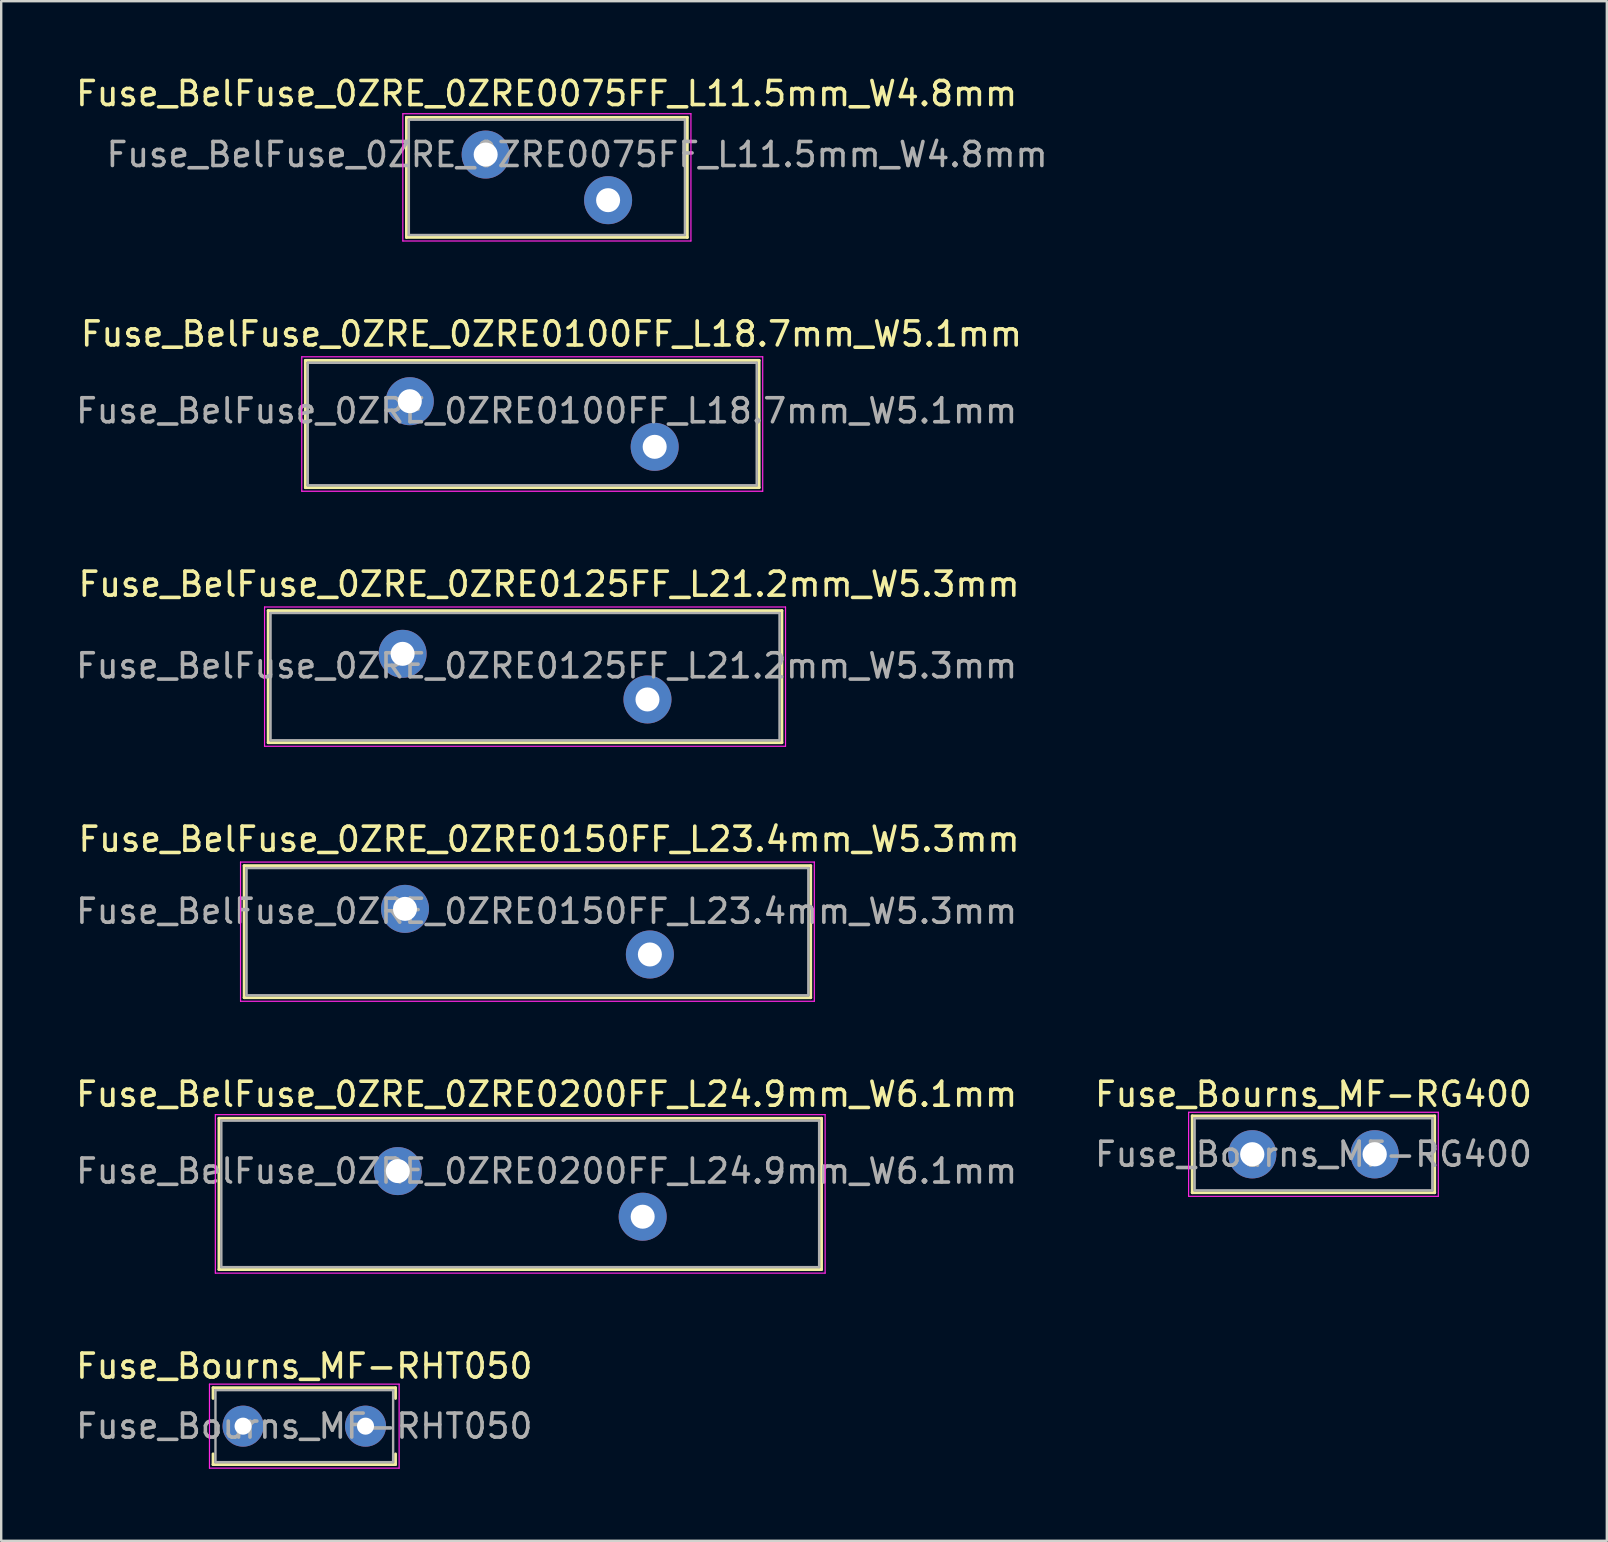
<source format=kicad_pcb>
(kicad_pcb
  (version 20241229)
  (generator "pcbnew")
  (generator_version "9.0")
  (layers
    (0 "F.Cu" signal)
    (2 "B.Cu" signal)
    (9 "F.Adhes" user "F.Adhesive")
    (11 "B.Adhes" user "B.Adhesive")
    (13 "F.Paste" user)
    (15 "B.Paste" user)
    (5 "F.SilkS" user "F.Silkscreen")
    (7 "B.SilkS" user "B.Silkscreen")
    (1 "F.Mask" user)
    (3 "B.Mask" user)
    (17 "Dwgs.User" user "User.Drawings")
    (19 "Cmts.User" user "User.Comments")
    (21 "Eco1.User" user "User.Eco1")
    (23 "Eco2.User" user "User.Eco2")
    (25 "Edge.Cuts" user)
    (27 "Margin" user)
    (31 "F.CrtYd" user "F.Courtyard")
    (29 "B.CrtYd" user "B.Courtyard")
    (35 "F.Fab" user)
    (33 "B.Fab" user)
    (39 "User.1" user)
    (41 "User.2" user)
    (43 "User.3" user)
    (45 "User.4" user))
  (footprint "Fuse_BelFuse_0ZRE_0ZRE0125FF_L21.2mm_W5.3mm"
    (layer "F.Cu")
    (at 13.72 24.185)
    (property "Reference" "Fuse_BelFuse_0ZRE_0ZRE0125FF_L21.2mm_W5.3mm" (at 6.1 -2.9 0) (layer "F.SilkS") (effects (font (size 1 1) (thickness 0.15))))
    (attr through_hole)
    (fp_line (start -5.6 -1.8) (end -5.6 3.7) (stroke (width 0.12) (type solid)) (layer "F.SilkS"))
    (fp_line (start -5.6 -1.8) (end 15.8 -1.8) (stroke (width 0.12) (type solid)) (layer "F.SilkS"))
    (fp_line (start -5.6 3.7) (end 15.8 3.7) (stroke (width 0.12) (type solid)) (layer "F.SilkS"))
    (fp_line (start 15.8 -1.8) (end 15.8 3.7) (stroke (width 0.12) (type solid)) (layer "F.SilkS"))
    (fp_line (start -5.75 -1.95) (end -5.75 3.85) (stroke (width 0.05) (type solid)) (layer "F.CrtYd"))
    (fp_line (start -5.75 -1.95) (end 15.95 -1.95) (stroke (width 0.05) (type solid)) (layer "F.CrtYd"))
    (fp_line (start -5.75 3.85) (end 15.95 3.85) (stroke (width 0.05) (type solid)) (layer "F.CrtYd"))
    (fp_line (start 15.95 -1.95) (end 15.95 3.85) (stroke (width 0.05) (type solid)) (layer "F.CrtYd"))
    (fp_line (start -5.5 -1.7) (end -5.5 3.6) (stroke (width 0.1) (type solid)) (layer "F.Fab"))
    (fp_line (start -5.5 -1.7) (end 15.7 -1.7) (stroke (width 0.1) (type solid)) (layer "F.Fab"))
    (fp_line (start -5.5 3.6) (end 15.7 3.6) (stroke (width 0.1) (type solid)) (layer "F.Fab"))
    (fp_line (start 15.7 -1.7) (end 15.7 3.6) (stroke (width 0.1) (type solid)) (layer "F.Fab"))
    (fp_text user "${REFERENCE}" (at 6 0.5 0) (layer "F.Fab") (effects (font (size 1 1) (thickness 0.15))))
    (pad "1" thru_hole circle (at 0 0) (size 2 2) (drill 1) (layers "*.Cu" "*.Mask"))
    (pad "2" thru_hole circle (at 10.2 1.9) (size 2 2) (drill 1) (layers "*.Cu" "*.Mask")))
  (footprint "Fuse_BelFuse_0ZRE_0ZRE0200FF_L24.9mm_W6.1mm"
    (layer "F.Cu")
    (at 13.52 45.731)
    (property "Reference" "Fuse_BelFuse_0ZRE_0ZRE0200FF_L24.9mm_W6.1mm" (at 6.2 -3.2 0) (layer "F.SilkS") (effects (font (size 1 1) (thickness 0.15))))
    (attr through_hole)
    (fp_line (start -7.45 -2.2) (end -7.45 4.1) (stroke (width 0.12) (type solid)) (layer "F.SilkS"))
    (fp_line (start -7.45 -2.2) (end 17.65 -2.2) (stroke (width 0.12) (type solid)) (layer "F.SilkS"))
    (fp_line (start -7.45 4.1) (end 17.65 4.1) (stroke (width 0.12) (type solid)) (layer "F.SilkS"))
    (fp_line (start 17.65 -2.2) (end 17.65 4.1) (stroke (width 0.12) (type solid)) (layer "F.SilkS"))
    (fp_line (start -7.6 -2.35) (end -7.6 4.25) (stroke (width 0.05) (type solid)) (layer "F.CrtYd"))
    (fp_line (start -7.6 -2.35) (end 17.8 -2.35) (stroke (width 0.05) (type solid)) (layer "F.CrtYd"))
    (fp_line (start -7.6 4.25) (end 17.8 4.25) (stroke (width 0.05) (type solid)) (layer "F.CrtYd"))
    (fp_line (start 17.8 -2.35) (end 17.8 4.25) (stroke (width 0.05) (type solid)) (layer "F.CrtYd"))
    (fp_line (start -7.35 -2.1) (end -7.35 4) (stroke (width 0.1) (type solid)) (layer "F.Fab"))
    (fp_line (start -7.35 -2.1) (end 17.55 -2.1) (stroke (width 0.1) (type solid)) (layer "F.Fab"))
    (fp_line (start -7.35 4) (end 17.55 4) (stroke (width 0.1) (type solid)) (layer "F.Fab"))
    (fp_line (start 17.55 -2.1) (end 17.55 4) (stroke (width 0.1) (type solid)) (layer "F.Fab"))
    (fp_text user "${REFERENCE}" (at 6.2 0 0) (layer "F.Fab") (effects (font (size 1 1) (thickness 0.15))))
    (pad "1" thru_hole circle (at 0 0) (size 2 2) (drill 1) (layers "*.Cu" "*.Mask"))
    (pad "2" thru_hole circle (at 10.2 1.9) (size 2 2) (drill 1) (layers "*.Cu" "*.Mask")))
  (footprint "Fuse_Bourns_MF-RHT050"
    (layer "F.Cu")
    (at 7.075 56.355)
    (property "Reference" "Fuse_Bourns_MF-RHT050" (at 2.55 -2.5 0) (layer "F.SilkS") (effects (font (size 1 1) (thickness 0.15))))
    (attr through_hole)
    (fp_line (start -1.25 -1.6) (end 6.35 -1.6) (stroke (width 0.12) (type solid)) (layer "F.SilkS"))
    (fp_line (start -1.25 -1.155) (end -1.25 -1.6) (stroke (width 0.12) (type solid)) (layer "F.SilkS"))
    (fp_line (start -1.25 1.155) (end -1.25 1.6) (stroke (width 0.12) (type solid)) (layer "F.SilkS"))
    (fp_line (start -1.25 1.6) (end 6.35 1.6) (stroke (width 0.12) (type solid)) (layer "F.SilkS"))
    (fp_line (start 6.35 -1.6) (end 6.35 -1.155) (stroke (width 0.12) (type solid)) (layer "F.SilkS"))
    (fp_line (start 6.35 1.6) (end 6.35 1.155) (stroke (width 0.12) (type solid)) (layer "F.SilkS"))
    (fp_line (start -1.4 -1.75) (end -1.4 1.75) (stroke (width 0.05) (type solid)) (layer "F.CrtYd"))
    (fp_line (start -1.4 1.75) (end 6.5 1.75) (stroke (width 0.05) (type solid)) (layer "F.CrtYd"))
    (fp_line (start 6.5 -1.75) (end -1.4 -1.75) (stroke (width 0.05) (type solid)) (layer "F.CrtYd"))
    (fp_line (start 6.5 1.75) (end 6.5 -1.75) (stroke (width 0.05) (type solid)) (layer "F.CrtYd"))
    (fp_line (start -1.15 -1.5) (end -1.15 1.5) (stroke (width 0.1) (type solid)) (layer "F.Fab"))
    (fp_line (start -1.15 1.5) (end 6.25 1.5) (stroke (width 0.1) (type solid)) (layer "F.Fab"))
    (fp_line (start 6.25 -1.5) (end -1.15 -1.5) (stroke (width 0.1) (type solid)) (layer "F.Fab"))
    (fp_line (start 6.25 1.5) (end 6.25 -1.5) (stroke (width 0.1) (type solid)) (layer "F.Fab"))
    (fp_text user "${REFERENCE}" (at 2.55 0 0) (layer "F.Fab") (effects (font (size 1 1) (thickness 0.15))))
    (pad "1" thru_hole circle (at 0 0) (size 1.71 1.71) (drill 0.71) (layers "*.Cu" "*.Mask"))
    (pad "2" thru_hole circle (at 5.1 0) (size 1.71 1.71) (drill 0.71) (layers "*.Cu" "*.Mask")))
  (footprint "Fuse_BelFuse_0ZRE_0ZRE0075FF_L11.5mm_W4.8mm"
    (layer "F.Cu")
    (at 17.18 3.388)
    (property "Reference" "Fuse_BelFuse_0ZRE_0ZRE0075FF_L11.5mm_W4.8mm" (at 2.54 -2.54 0) (layer "F.SilkS") (effects (font (size 1 1) (thickness 0.15))))
    (attr through_hole)
    (fp_line (start -3.3 -1.55) (end -3.3 3.45) (stroke (width 0.12) (type solid)) (layer "F.SilkS"))
    (fp_line (start -3.3 -1.55) (end 8.4 -1.55) (stroke (width 0.12) (type solid)) (layer "F.SilkS"))
    (fp_line (start -3.3 3.45) (end 8.4 3.45) (stroke (width 0.12) (type solid)) (layer "F.SilkS"))
    (fp_line (start 8.4 -1.55) (end 8.4 3.45) (stroke (width 0.12) (type solid)) (layer "F.SilkS"))
    (fp_line (start -3.45 -1.7) (end -3.45 3.6) (stroke (width 0.05) (type solid)) (layer "F.CrtYd"))
    (fp_line (start -3.45 -1.7) (end 8.55 -1.7) (stroke (width 0.05) (type solid)) (layer "F.CrtYd"))
    (fp_line (start -3.45 3.6) (end 8.55 3.6) (stroke (width 0.05) (type solid)) (layer "F.CrtYd"))
    (fp_line (start 8.55 -1.7) (end 8.55 3.6) (stroke (width 0.05) (type solid)) (layer "F.CrtYd"))
    (fp_line (start -3.2 -1.45) (end -3.2 3.35) (stroke (width 0.1) (type solid)) (layer "F.Fab"))
    (fp_line (start -3.2 -1.45) (end 8.3 -1.45) (stroke (width 0.1) (type solid)) (layer "F.Fab"))
    (fp_line (start -3.2 3.35) (end 8.3 3.35) (stroke (width 0.1) (type solid)) (layer "F.Fab"))
    (fp_line (start 8.3 -1.45) (end 8.3 3.35) (stroke (width 0.1) (type solid)) (layer "F.Fab"))
    (fp_text user "${REFERENCE}" (at 3.81 0 0) (layer "F.Fab") (effects (font (size 1 1) (thickness 0.15))))
    (pad "1" thru_hole circle (at 0 0) (size 2 2) (drill 1) (layers "*.Cu" "*.Mask"))
    (pad "2" thru_hole circle (at 5.1 1.9) (size 2 2) (drill 1) (layers "*.Cu" "*.Mask")))
  (footprint "Fuse_BelFuse_0ZRE_0ZRE0150FF_L23.4mm_W5.3mm"
    (layer "F.Cu")
    (at 13.82 34.808)
    (property "Reference" "Fuse_BelFuse_0ZRE_0ZRE0150FF_L23.4mm_W5.3mm" (at 6 -2.9 0) (layer "F.SilkS") (effects (font (size 1 1) (thickness 0.15))))
    (attr through_hole)
    (fp_line (start -6.7 -1.8) (end -6.7 3.7) (stroke (width 0.12) (type solid)) (layer "F.SilkS"))
    (fp_line (start -6.7 -1.8) (end 16.9 -1.8) (stroke (width 0.12) (type solid)) (layer "F.SilkS"))
    (fp_line (start -6.7 3.7) (end 16.9 3.7) (stroke (width 0.12) (type solid)) (layer "F.SilkS"))
    (fp_line (start 16.9 -1.8) (end 16.9 3.7) (stroke (width 0.12) (type solid)) (layer "F.SilkS"))
    (fp_line (start -6.85 -1.95) (end -6.85 3.85) (stroke (width 0.05) (type solid)) (layer "F.CrtYd"))
    (fp_line (start -6.85 -1.95) (end 17.05 -1.95) (stroke (width 0.05) (type solid)) (layer "F.CrtYd"))
    (fp_line (start -6.85 3.85) (end 17.05 3.85) (stroke (width 0.05) (type solid)) (layer "F.CrtYd"))
    (fp_line (start 17.05 -1.95) (end 17.05 3.85) (stroke (width 0.05) (type solid)) (layer "F.CrtYd"))
    (fp_line (start -6.6 -1.7) (end -6.6 3.6) (stroke (width 0.1) (type solid)) (layer "F.Fab"))
    (fp_line (start -6.6 -1.7) (end 16.8 -1.7) (stroke (width 0.1) (type solid)) (layer "F.Fab"))
    (fp_line (start -6.6 3.6) (end 16.8 3.6) (stroke (width 0.1) (type solid)) (layer "F.Fab"))
    (fp_line (start 16.8 -1.7) (end 16.8 3.6) (stroke (width 0.1) (type solid)) (layer "F.Fab"))
    (fp_text user "${REFERENCE}" (at 5.9 0.1 0) (layer "F.Fab") (effects (font (size 1 1) (thickness 0.15))))
    (pad "1" thru_hole circle (at 0 0) (size 2 2) (drill 1) (layers "*.Cu" "*.Mask"))
    (pad "2" thru_hole circle (at 10.2 1.9) (size 2 2) (drill 1) (layers "*.Cu" "*.Mask")))
  (footprint "Fuse_Bourns_MF-RG400"
    (layer "F.Cu")
    (at 49.111 45.031)
    (property "Reference" "Fuse_Bourns_MF-RG400" (at 2.55 -2.5 0) (layer "F.SilkS") (effects (font (size 1 1) (thickness 0.15))))
    (attr through_hole)
    (fp_line (start -2.5 -1.6) (end -2.5 1.6) (stroke (width 0.12) (type solid)) (layer "F.SilkS"))
    (fp_line (start -2.5 1.6) (end 7.6 1.6) (stroke (width 0.12) (type solid)) (layer "F.SilkS"))
    (fp_line (start 7.6 -1.6) (end -2.5 -1.6) (stroke (width 0.12) (type solid)) (layer "F.SilkS"))
    (fp_line (start 7.6 1.6) (end 7.6 -1.6) (stroke (width 0.12) (type solid)) (layer "F.SilkS"))
    (fp_line (start -2.65 -1.75) (end -2.65 1.75) (stroke (width 0.05) (type solid)) (layer "F.CrtYd"))
    (fp_line (start -2.65 1.75) (end 7.75 1.75) (stroke (width 0.05) (type solid)) (layer "F.CrtYd"))
    (fp_line (start 7.75 -1.75) (end -2.65 -1.75) (stroke (width 0.05) (type solid)) (layer "F.CrtYd"))
    (fp_line (start 7.75 1.75) (end 7.75 -1.75) (stroke (width 0.05) (type solid)) (layer "F.CrtYd"))
    (fp_line (start -2.4 -1.5) (end -2.4 1.5) (stroke (width 0.1) (type solid)) (layer "F.Fab"))
    (fp_line (start -2.4 1.5) (end 7.5 1.5) (stroke (width 0.1) (type solid)) (layer "F.Fab"))
    (fp_line (start 7.5 -1.5) (end -2.4 -1.5) (stroke (width 0.1) (type solid)) (layer "F.Fab"))
    (fp_line (start 7.5 1.5) (end 7.5 -1.5) (stroke (width 0.1) (type solid)) (layer "F.Fab"))
    (fp_text user "${REFERENCE}" (at 2.55 0 0) (layer "F.Fab") (effects (font (size 1 1) (thickness 0.15))))
    (pad "1" thru_hole circle (at 0 0) (size 2.01 2.01) (drill 1.01) (layers "*.Cu" "*.Mask"))
    (pad "2" thru_hole circle (at 5.1 0) (size 2.01 2.01) (drill 1.01) (layers "*.Cu" "*.Mask")))
  (footprint "Fuse_BelFuse_0ZRE_0ZRE0100FF_L18.7mm_W5.1mm"
    (layer "F.Cu")
    (at 14.02 13.662)
    (property "Reference" "Fuse_BelFuse_0ZRE_0ZRE0100FF_L18.7mm_W5.1mm" (at 5.9 -2.8 0) (layer "F.SilkS") (effects (font (size 1 1) (thickness 0.15))))
    (attr through_hole)
    (fp_line (start -4.35 -1.7) (end -4.35 3.6) (stroke (width 0.12) (type solid)) (layer "F.SilkS"))
    (fp_line (start -4.35 -1.7) (end 14.55 -1.7) (stroke (width 0.12) (type solid)) (layer "F.SilkS"))
    (fp_line (start -4.35 3.6) (end 14.55 3.6) (stroke (width 0.12) (type solid)) (layer "F.SilkS"))
    (fp_line (start 14.55 -1.7) (end 14.55 3.6) (stroke (width 0.12) (type solid)) (layer "F.SilkS"))
    (fp_line (start -4.5 -1.85) (end -4.5 3.75) (stroke (width 0.05) (type solid)) (layer "F.CrtYd"))
    (fp_line (start -4.5 -1.85) (end 14.7 -1.85) (stroke (width 0.05) (type solid)) (layer "F.CrtYd"))
    (fp_line (start -4.5 3.75) (end 14.7 3.75) (stroke (width 0.05) (type solid)) (layer "F.CrtYd"))
    (fp_line (start 14.7 -1.85) (end 14.7 3.75) (stroke (width 0.05) (type solid)) (layer "F.CrtYd"))
    (fp_line (start -4.25 -1.6) (end -4.25 3.5) (stroke (width 0.1) (type solid)) (layer "F.Fab"))
    (fp_line (start -4.25 -1.6) (end 14.45 -1.6) (stroke (width 0.1) (type solid)) (layer "F.Fab"))
    (fp_line (start -4.25 3.5) (end 14.45 3.5) (stroke (width 0.1) (type solid)) (layer "F.Fab"))
    (fp_line (start 14.45 -1.6) (end 14.45 3.5) (stroke (width 0.1) (type solid)) (layer "F.Fab"))
    (fp_text user "${REFERENCE}" (at 5.7 0.4 0) (layer "F.Fab") (effects (font (size 1 1) (thickness 0.15))))
    (pad "1" thru_hole circle (at 0 0) (size 2 2) (drill 1) (layers "*.Cu" "*.Mask"))
    (pad "2" thru_hole circle (at 10.2 1.9) (size 2 2) (drill 1) (layers "*.Cu" "*.Mask")))
  (gr_rect
    (start -3 -3)
    (end 63.881 61.13)
    (stroke (width 0.1) (type default))
    (fill no)
    (layer "Edge.Cuts")))
</source>
